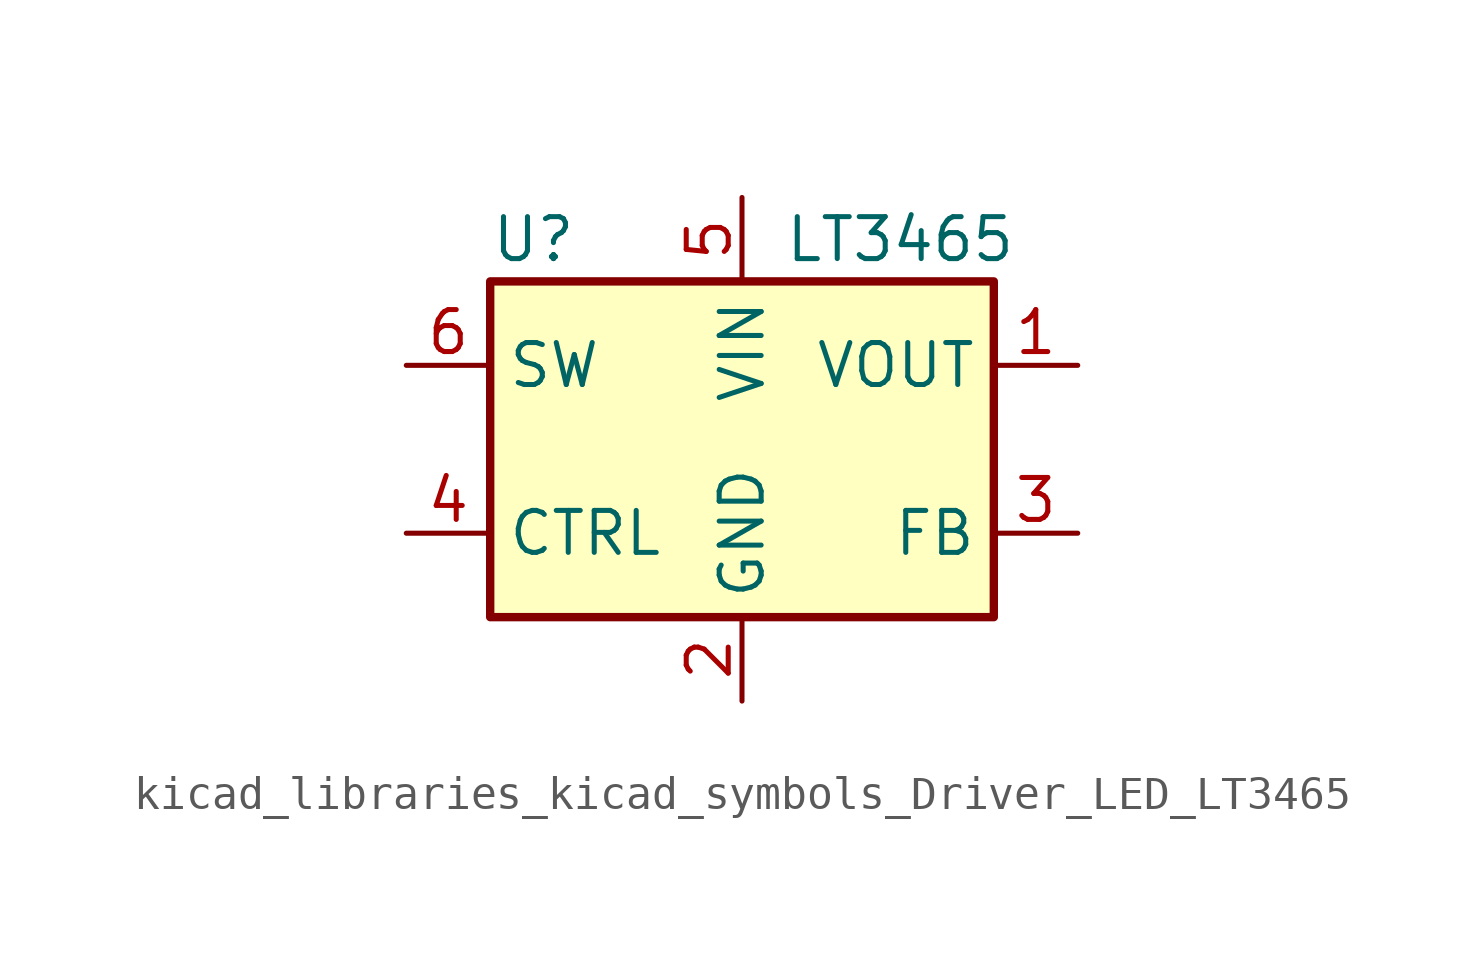
<source format=kicad_sym>
(kicad_symbol_lib
  (version 20220914)
  (generator kicad_symbol_editor)
  (symbol "kicad_libraries_kicad_symbols_Driver_LED_LT3465"
    (property "Reference" "U"
      (at -7.62 6.35 0)
      (effects (font (size 1.27 1.27)) (justify left)))
    (property "Value" "LT3465"
      (at 1.27 6.35 0)
      (effects (font (size 1.27 1.27)) (justify left)))
    (symbol "kicad_libraries_kicad_symbols_Driver_LED_LT3465_0_1"
      (rectangle (start -7.62 5.08) (end 7.62 -5.08) (stroke (width 0.254) (type default)) (fill (type background))))
    (symbol "kicad_libraries_kicad_symbols_Driver_LED_LT3465_1_1"
      (pin power_out line (at 10.16 2.54 180) (length 2.54) (name "VOUT" (effects (font (size 1.27 1.27)))) (number "1" (effects (font (size 1.27 1.27)))))
      (pin power_in line (at 0 -7.62 90) (length 2.54) (name "GND" (effects (font (size 1.27 1.27)))) (number "2" (effects (font (size 1.27 1.27)))))
      (pin input line (at 10.16 -2.54 180) (length 2.54) (name "FB" (effects (font (size 1.27 1.27)))) (number "3" (effects (font (size 1.27 1.27)))))
      (pin input line (at -10.16 -2.54 0) (length 2.54) (name "CTRL" (effects (font (size 1.27 1.27)))) (number "4" (effects (font (size 1.27 1.27)))))
      (pin power_in line (at 0 7.62 270) (length 2.54) (name "VIN" (effects (font (size 1.27 1.27)))) (number "5" (effects (font (size 1.27 1.27)))))
      (pin output line (at -10.16 2.54 0) (length 2.54) (name "SW" (effects (font (size 1.27 1.27)))) (number "6" (effects (font (size 1.27 1.27))))))))
</source>
